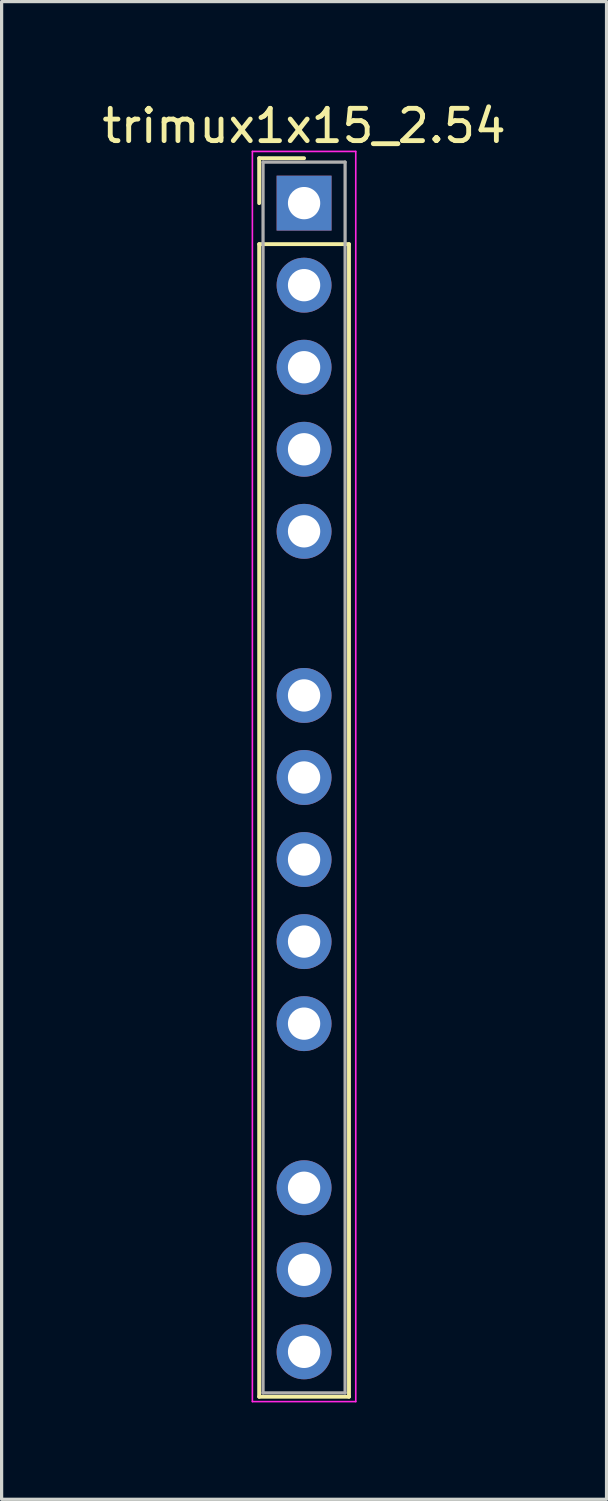
<source format=kicad_pcb>
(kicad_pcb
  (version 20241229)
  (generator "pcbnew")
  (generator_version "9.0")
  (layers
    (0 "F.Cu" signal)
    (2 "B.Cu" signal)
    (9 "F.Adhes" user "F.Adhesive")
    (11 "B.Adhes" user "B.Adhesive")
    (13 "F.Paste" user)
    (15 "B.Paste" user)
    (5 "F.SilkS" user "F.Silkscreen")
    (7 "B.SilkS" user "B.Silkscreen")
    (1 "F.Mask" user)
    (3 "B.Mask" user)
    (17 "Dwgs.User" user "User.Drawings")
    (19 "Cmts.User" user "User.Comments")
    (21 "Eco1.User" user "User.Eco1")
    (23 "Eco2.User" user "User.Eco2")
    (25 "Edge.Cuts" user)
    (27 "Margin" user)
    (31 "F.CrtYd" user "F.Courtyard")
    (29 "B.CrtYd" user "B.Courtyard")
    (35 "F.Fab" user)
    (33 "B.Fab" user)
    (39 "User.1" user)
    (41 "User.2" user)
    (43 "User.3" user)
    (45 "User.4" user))
  (footprint "trimux1x15_2.54"
    (layer "F.Cu")
    (at 6.363 3.238)
    (property "Reference" "trimux1x15_2.54" (at 0 -2.39 0) (layer "F.SilkS") (effects (font (size 1 1) (thickness 0.15))))
    (attr through_hole)
    (fp_line (start -1.39 -1.39) (end 0 -1.39) (stroke (width 0.12) (type solid)) (layer "F.SilkS"))
    (fp_line (start -1.39 0) (end -1.39 -1.39) (stroke (width 0.12) (type solid)) (layer "F.SilkS"))
    (fp_line (start -1.39 1.27) (end -1.39 36.95) (stroke (width 0.12) (type solid)) (layer "F.SilkS"))
    (fp_line (start -1.39 36.95) (end 1.39 36.95) (stroke (width 0.12) (type solid)) (layer "F.SilkS"))
    (fp_line (start 1.39 1.27) (end -1.39 1.27) (stroke (width 0.12) (type solid)) (layer "F.SilkS"))
    (fp_line (start 1.39 36.95) (end 1.39 1.27) (stroke (width 0.12) (type solid)) (layer "F.SilkS"))
    (fp_line (start -1.6 -1.6) (end -1.6 37.1) (stroke (width 0.05) (type solid)) (layer "F.CrtYd"))
    (fp_line (start -1.6 37.1) (end 1.6 37.1) (stroke (width 0.05) (type solid)) (layer "F.CrtYd"))
    (fp_line (start 1.6 -1.6) (end -1.6 -1.6) (stroke (width 0.05) (type solid)) (layer "F.CrtYd"))
    (fp_line (start 1.6 37.1) (end 1.6 -1.6) (stroke (width 0.05) (type solid)) (layer "F.CrtYd"))
    (fp_line (start -1.27 -1.27) (end -1.27 36.83) (stroke (width 0.1) (type solid)) (layer "F.Fab"))
    (fp_line (start -1.27 36.83) (end 1.27 36.83) (stroke (width 0.1) (type solid)) (layer "F.Fab"))
    (fp_line (start 1.27 -1.27) (end -1.27 -1.27) (stroke (width 0.1) (type solid)) (layer "F.Fab"))
    (fp_line (start 1.27 36.83) (end 1.27 -1.27) (stroke (width 0.1) (type solid)) (layer "F.Fab"))
    (pad "1" thru_hole rect (at 0 0) (size 1.7 1.7) (drill 1) (layers "*.Cu" "*.Mask"))
    (pad "2" thru_hole oval (at 0 2.54) (size 1.7 1.7) (drill 1) (layers "*.Cu" "*.Mask"))
    (pad "3" thru_hole oval (at 0 5.08) (size 1.7 1.7) (drill 1) (layers "*.Cu" "*.Mask"))
    (pad "4" thru_hole oval (at 0 7.62) (size 1.7 1.7) (drill 1) (layers "*.Cu" "*.Mask"))
    (pad "5" thru_hole oval (at 0 10.16) (size 1.7 1.7) (drill 1) (layers "*.Cu" "*.Mask"))
    (pad "6" thru_hole oval (at 0 15.24) (size 1.7 1.7) (drill 1) (layers "*.Cu" "*.Mask"))
    (pad "7" thru_hole oval (at 0 17.78) (size 1.7 1.7) (drill 1) (layers "*.Cu" "*.Mask"))
    (pad "8" thru_hole oval (at 0 20.32) (size 1.7 1.7) (drill 1) (layers "*.Cu" "*.Mask"))
    (pad "9" thru_hole oval (at 0 22.86) (size 1.7 1.7) (drill 1) (layers "*.Cu" "*.Mask"))
    (pad "10" thru_hole oval (at 0 25.4) (size 1.7 1.7) (drill 1) (layers "*.Cu" "*.Mask"))
    (pad "11" thru_hole oval (at 0 30.48) (size 1.7 1.7) (drill 1) (layers "*.Cu" "*.Mask"))
    (pad "12" thru_hole oval (at 0 33.02) (size 1.7 1.7) (drill 1) (layers "*.Cu" "*.Mask"))
    (pad "13" thru_hole oval (at 0 35.56) (size 1.7 1.7) (drill 1) (layers "*.Cu" "*.Mask")))
  (gr_rect
    (start -3 -3)
    (end 15.726 43.363)
    (stroke (width 0.1) (type default))
    (fill no)
    (layer "Edge.Cuts")))
</source>
